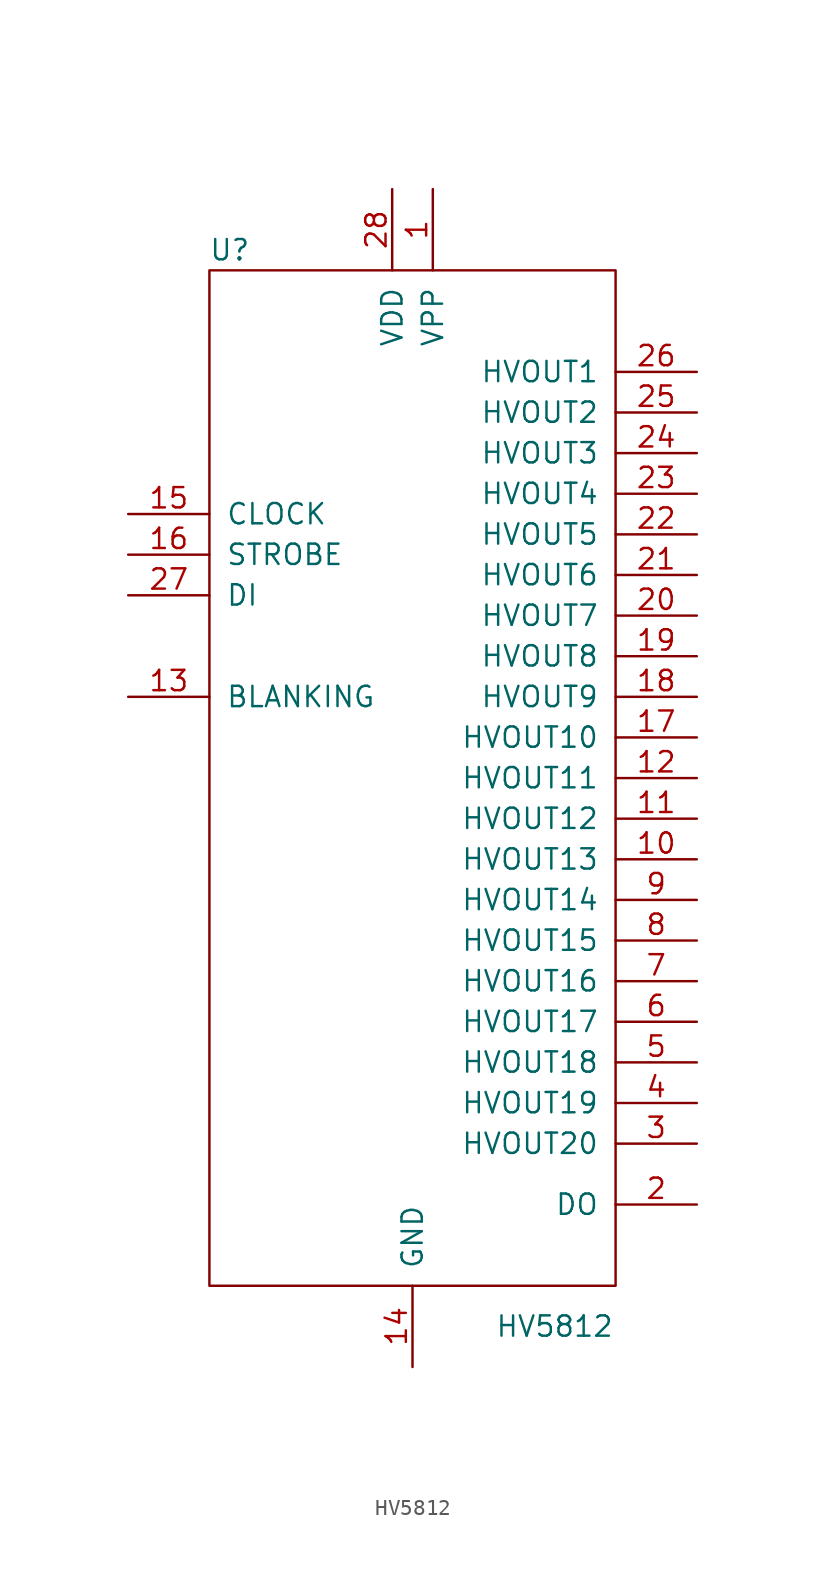
<source format=kicad_sym>
(kicad_symbol_lib
  (version 20220914)
  (generator kicad_symbol_editor)
  (symbol "HV5812"
    (pin_names
      (offset 1.016))
    (property "Reference" "U"
      (at -11.43 19.05 0)
      (effects (font (size 1.27 1.27))))
    (property "Value" "HV5812"
      (at 8.89 -48.26 0)
      (effects (font (size 1.27 1.27))))
    (symbol "HV5812_0_0"
      (pin power_in line (at 1.27 22.86 270) (length 5.08) (name "VPP" (effects (font (size 1.27 1.27)))) (number "1" (effects (font (size 1.27 1.27)))))
      (pin output line (at 17.78 -19.05 180) (length 5.08) (name "HVOUT13" (effects (font (size 1.27 1.27)))) (number "10" (effects (font (size 1.27 1.27)))))
      (pin output line (at 17.78 -16.51 180) (length 5.08) (name "HVOUT12" (effects (font (size 1.27 1.27)))) (number "11" (effects (font (size 1.27 1.27)))))
      (pin output line (at 17.78 -13.97 180) (length 5.08) (name "HVOUT11" (effects (font (size 1.27 1.27)))) (number "12" (effects (font (size 1.27 1.27)))))
      (pin input line (at -17.78 -8.89 0) (length 5.08) (name "BLANKING" (effects (font (size 1.27 1.27)))) (number "13" (effects (font (size 1.27 1.27)))))
      (pin power_out line (at 0 -50.8 90) (length 5.08) (name "GND" (effects (font (size 1.27 1.27)))) (number "14" (effects (font (size 1.27 1.27)))))
      (pin input line (at -17.78 2.54 0) (length 5.08) (name "CLOCK" (effects (font (size 1.27 1.27)))) (number "15" (effects (font (size 1.27 1.27)))))
      (pin input line (at -17.78 0 0) (length 5.08) (name "STROBE" (effects (font (size 1.27 1.27)))) (number "16" (effects (font (size 1.27 1.27)))))
      (pin output line (at 17.78 -11.43 180) (length 5.08) (name "HVOUT10" (effects (font (size 1.27 1.27)))) (number "17" (effects (font (size 1.27 1.27)))))
      (pin output line (at 17.78 -8.89 180) (length 5.08) (name "HVOUT9" (effects (font (size 1.27 1.27)))) (number "18" (effects (font (size 1.27 1.27)))))
      (pin output line (at 17.78 -6.35 180) (length 5.08) (name "HVOUT8" (effects (font (size 1.27 1.27)))) (number "19" (effects (font (size 1.27 1.27)))))
      (pin output line (at 17.78 -40.64 180) (length 5.08) (name "DO" (effects (font (size 1.27 1.27)))) (number "2" (effects (font (size 1.27 1.27)))))
      (pin output line (at 17.78 -3.81 180) (length 5.08) (name "HVOUT7" (effects (font (size 1.27 1.27)))) (number "20" (effects (font (size 1.27 1.27)))))
      (pin output line (at 17.78 -1.27 180) (length 5.08) (name "HVOUT6" (effects (font (size 1.27 1.27)))) (number "21" (effects (font (size 1.27 1.27)))))
      (pin output line (at 17.78 1.27 180) (length 5.08) (name "HVOUT5" (effects (font (size 1.27 1.27)))) (number "22" (effects (font (size 1.27 1.27)))))
      (pin output line (at 17.78 3.81 180) (length 5.08) (name "HVOUT4" (effects (font (size 1.27 1.27)))) (number "23" (effects (font (size 1.27 1.27)))))
      (pin output line (at 17.78 6.35 180) (length 5.08) (name "HVOUT3" (effects (font (size 1.27 1.27)))) (number "24" (effects (font (size 1.27 1.27)))))
      (pin output line (at 17.78 8.89 180) (length 5.08) (name "HVOUT2" (effects (font (size 1.27 1.27)))) (number "25" (effects (font (size 1.27 1.27)))))
      (pin output line (at 17.78 11.43 180) (length 5.08) (name "HVOUT1" (effects (font (size 1.27 1.27)))) (number "26" (effects (font (size 1.27 1.27)))))
      (pin input line (at -17.78 -2.54 0) (length 5.08) (name "DI" (effects (font (size 1.27 1.27)))) (number "27" (effects (font (size 1.27 1.27)))))
      (pin power_in line (at -1.27 22.86 270) (length 5.08) (name "VDD" (effects (font (size 1.27 1.27)))) (number "28" (effects (font (size 1.27 1.27)))))
      (pin output line (at 17.78 -36.83 180) (length 5.08) (name "HVOUT20" (effects (font (size 1.27 1.27)))) (number "3" (effects (font (size 1.27 1.27)))))
      (pin output line (at 17.78 -34.29 180) (length 5.08) (name "HVOUT19" (effects (font (size 1.27 1.27)))) (number "4" (effects (font (size 1.27 1.27)))))
      (pin output line (at 17.78 -31.75 180) (length 5.08) (name "HVOUT18" (effects (font (size 1.27 1.27)))) (number "5" (effects (font (size 1.27 1.27)))))
      (pin output line (at 17.78 -29.21 180) (length 5.08) (name "HVOUT17" (effects (font (size 1.27 1.27)))) (number "6" (effects (font (size 1.27 1.27)))))
      (pin output line (at 17.78 -26.67 180) (length 5.08) (name "HVOUT16" (effects (font (size 1.27 1.27)))) (number "7" (effects (font (size 1.27 1.27)))))
      (pin output line (at 17.78 -24.13 180) (length 5.08) (name "HVOUT15" (effects (font (size 1.27 1.27)))) (number "8" (effects (font (size 1.27 1.27)))))
      (pin output line (at 17.78 -21.59 180) (length 5.08) (name "HVOUT14" (effects (font (size 1.27 1.27)))) (number "9" (effects (font (size 1.27 1.27))))))
    (symbol "HV5812_0_1"
      (rectangle (start -12.7 17.78) (end 12.7 -45.72) (stroke (width 0) (type solid)) (fill (type none))))))
</source>
